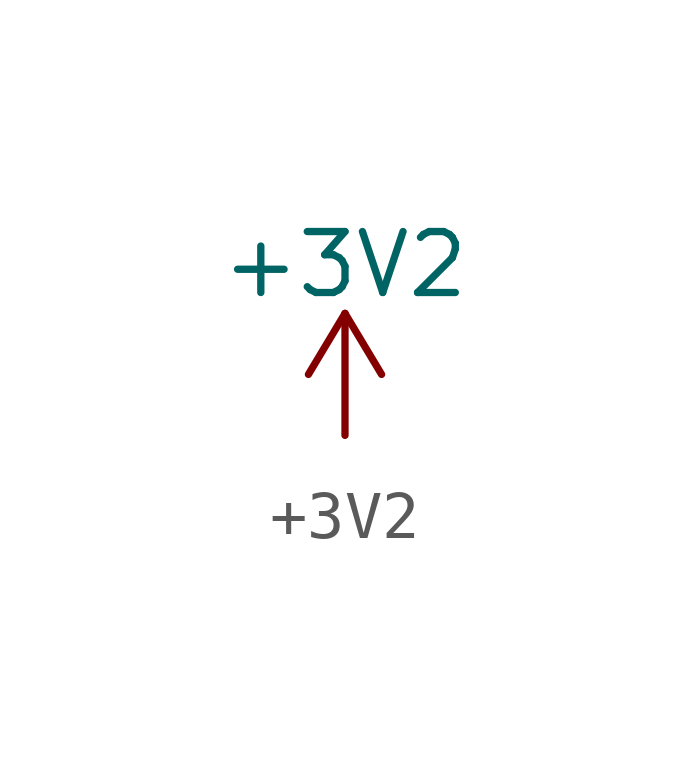
<source format=kicad_sym>
(kicad_symbol_lib
  (version 20211014)
  (generator kicad_symbol_editor)
  (symbol "+3V2"
    (power)
    (pin_names
      (offset 0))
    (property "Reference" "#PWR"
      (at 0 -3.81 0)
      (effects (font (size 1.27 1.27)) hide))
    (property "Value" "+3V2"
      (at 0 3.556 0)
      (effects (font (size 1.27 1.27))))
    (symbol "+3V2_0_1"
      (polyline (pts (xy -0.762 1.27) (xy 0 2.54)) (stroke (width 0) (type default) (color 0 0 0 0)) (fill (type none)))
      (polyline (pts (xy 0 0) (xy 0 2.54)) (stroke (width 0) (type default) (color 0 0 0 0)) (fill (type none)))
      (polyline (pts (xy 0 2.54) (xy 0.762 1.27)) (stroke (width 0) (type default) (color 0 0 0 0)) (fill (type none))))
    (symbol "+3V2_1_1"
      (pin power_in line (at 0 0 90) (length 0) hide (name "+3V2" (effects (font (size 1.27 1.27)))) (number "1" (effects (font (size 1.27 1.27))))))))
</source>
